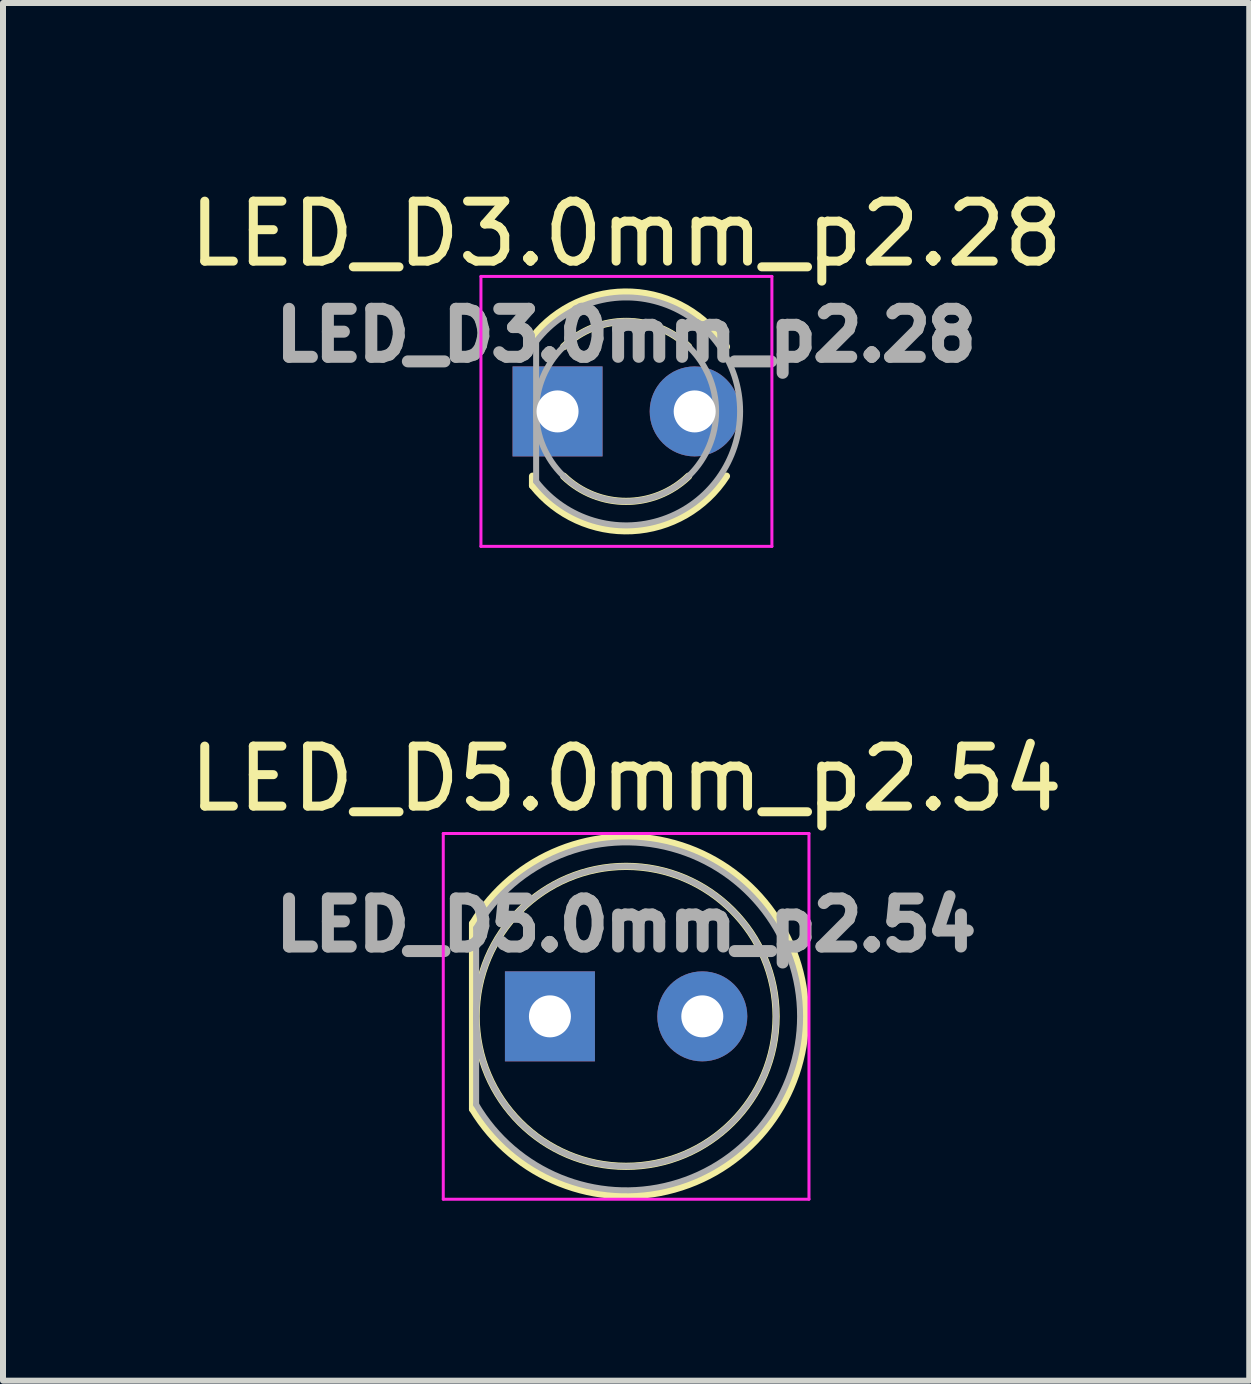
<source format=kicad_pcb>
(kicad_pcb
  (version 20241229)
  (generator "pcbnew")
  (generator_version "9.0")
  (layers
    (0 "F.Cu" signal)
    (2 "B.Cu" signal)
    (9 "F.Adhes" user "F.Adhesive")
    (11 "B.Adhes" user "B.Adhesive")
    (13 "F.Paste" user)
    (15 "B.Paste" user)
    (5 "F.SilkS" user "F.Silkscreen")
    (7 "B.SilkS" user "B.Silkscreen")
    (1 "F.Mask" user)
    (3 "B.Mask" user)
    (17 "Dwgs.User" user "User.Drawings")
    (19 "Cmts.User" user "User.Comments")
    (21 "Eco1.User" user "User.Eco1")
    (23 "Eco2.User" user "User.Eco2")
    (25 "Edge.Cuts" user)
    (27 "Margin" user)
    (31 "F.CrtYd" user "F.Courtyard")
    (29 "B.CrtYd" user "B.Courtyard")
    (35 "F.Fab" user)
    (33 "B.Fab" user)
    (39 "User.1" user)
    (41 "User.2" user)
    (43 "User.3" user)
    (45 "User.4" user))
  (footprint "LED_D5.0mm_p2.54"
    (layer "F.Cu")
    (at 7.387 13.892)
    (property "Reference" "LED_D5.0mm_p2.54" (at 0 -3.96 0) (layer "F.SilkS") (effects (font (size 1 1) (thickness 0.15))))
    (attr through_hole)
    (fp_line (start -2.56 -1.545) (end -2.56 1.545) (stroke (width 0.12) (type solid)) (layer "F.SilkS"))
    (fp_arc (start -2.56 -1.54483) (mid 0.802002 -2.880433) (end 2.99 0.000462) (stroke (width 0.12) (type solid)) (layer "F.SilkS"))
    (fp_arc (start 2.99 -0.000462) (mid 0.802002 2.880433) (end -2.56 1.54483) (stroke (width 0.12) (type solid)) (layer "F.SilkS"))
    (fp_circle (center 0 0) (end 2.5 0) (stroke (width 0.12) (type solid)) (fill no) (layer "F.SilkS"))
    (fp_line (start -3.048 -3.048) (end -3.048 3.048) (stroke (width 0.05) (type solid)) (layer "F.CrtYd"))
    (fp_line (start -3.048 3.048) (end 3.048 3.048) (stroke (width 0.05) (type solid)) (layer "F.CrtYd"))
    (fp_line (start 3.048 -3.048) (end -3.048 -3.048) (stroke (width 0.05) (type solid)) (layer "F.CrtYd"))
    (fp_line (start 3.048 3.048) (end 3.048 -3.048) (stroke (width 0.05) (type solid)) (layer "F.CrtYd"))
    (fp_line (start -2.5 -1.47) (end -2.5 1.47) (stroke (width 0.1) (type solid)) (layer "F.Fab"))
    (fp_arc (start -2.5 -1.469694) (mid 2.9 0.000016) (end -2.500016 1.469666) (stroke (width 0.1) (type solid)) (layer "F.Fab"))
    (fp_circle (center 0 0) (end 2.5 0) (stroke (width 0.1) (type solid)) (fill no) (layer "F.Fab"))
    (fp_text user "${REFERENCE}" (at 0 -1.524 0) (layer "F.Fab") (effects (font (size 0.8 0.8) (thickness 0.2))))
    (pad "1" thru_hole rect (at -1.27 0) (size 1.5 1.5) (drill 0.7) (layers "*.Cu" "*.Mask"))
    (pad "2" thru_hole circle (at 1.27 0) (size 1.5 1.5) (drill 0.7) (layers "*.Cu" "*.Mask")))
  (footprint "LED_D3.0mm_p2.28"
    (layer "F.Cu")
    (at 7.387 3.808)
    (property "Reference" "LED_D3.0mm_p2.28" (at 0 -2.96 0) (layer "F.SilkS") (effects (font (size 1 1) (thickness 0.15))))
    (attr through_hole)
    (fp_line (start -1.56 -1.236) (end -1.56 -1.08) (stroke (width 0.12) (type solid)) (layer "F.SilkS"))
    (fp_line (start -1.56 1.08) (end -1.56 1.236) (stroke (width 0.12) (type solid)) (layer "F.SilkS"))
    (fp_arc (start -1.56 -1.235516) (mid 0.096487 -1.987659) (end 1.672335 -1.078608) (stroke (width 0.12) (type solid)) (layer "F.SilkS"))
    (fp_arc (start -1.040961 -1.08) (mid 0.000117 -1.5) (end 1.04113 -1.079837) (stroke (width 0.12) (type solid)) (layer "F.SilkS"))
    (fp_arc (start 1.04113 1.079837) (mid 0.000117 1.5) (end -1.040961 1.08) (stroke (width 0.12) (type solid)) (layer "F.SilkS"))
    (fp_arc (start 1.672335 1.078608) (mid 0.096487 1.987659) (end -1.56 1.235516) (stroke (width 0.12) (type solid)) (layer "F.SilkS"))
    (fp_line (start -2.42 -2.25) (end -2.42 2.25) (stroke (width 0.05) (type solid)) (layer "F.CrtYd"))
    (fp_line (start -2.42 2.25) (end 2.43 2.25) (stroke (width 0.05) (type solid)) (layer "F.CrtYd"))
    (fp_line (start 2.43 -2.25) (end -2.42 -2.25) (stroke (width 0.05) (type solid)) (layer "F.CrtYd"))
    (fp_line (start 2.43 2.25) (end 2.43 -2.25) (stroke (width 0.05) (type solid)) (layer "F.CrtYd"))
    (fp_line (start -1.5 -1.166) (end -1.5 1.166) (stroke (width 0.1) (type solid)) (layer "F.Fab"))
    (fp_arc (start -1.5 -1.16619) (mid 1.9 0.000452) (end -1.500555 1.165476) (stroke (width 0.1) (type solid)) (layer "F.Fab"))
    (fp_circle (center 0 0) (end 1.5 0) (stroke (width 0.1) (type solid)) (fill no) (layer "F.Fab"))
    (fp_text user "${REFERENCE}" (at 0 -1.27 0) (layer "F.Fab") (effects (font (size 0.8 0.8) (thickness 0.2))))
    (pad "1" thru_hole rect (at -1.143 0) (size 1.5 1.5) (drill 0.7) (layers "*.Cu" "*.Mask"))
    (pad "2" thru_hole circle (at 1.143 0) (size 1.5 1.5) (drill 0.7) (layers "*.Cu" "*.Mask")))
  (gr_rect
    (start -3 -3)
    (end 17.774 19.965)
    (stroke (width 0.1) (type default))
    (fill no)
    (layer "Edge.Cuts")))
</source>
